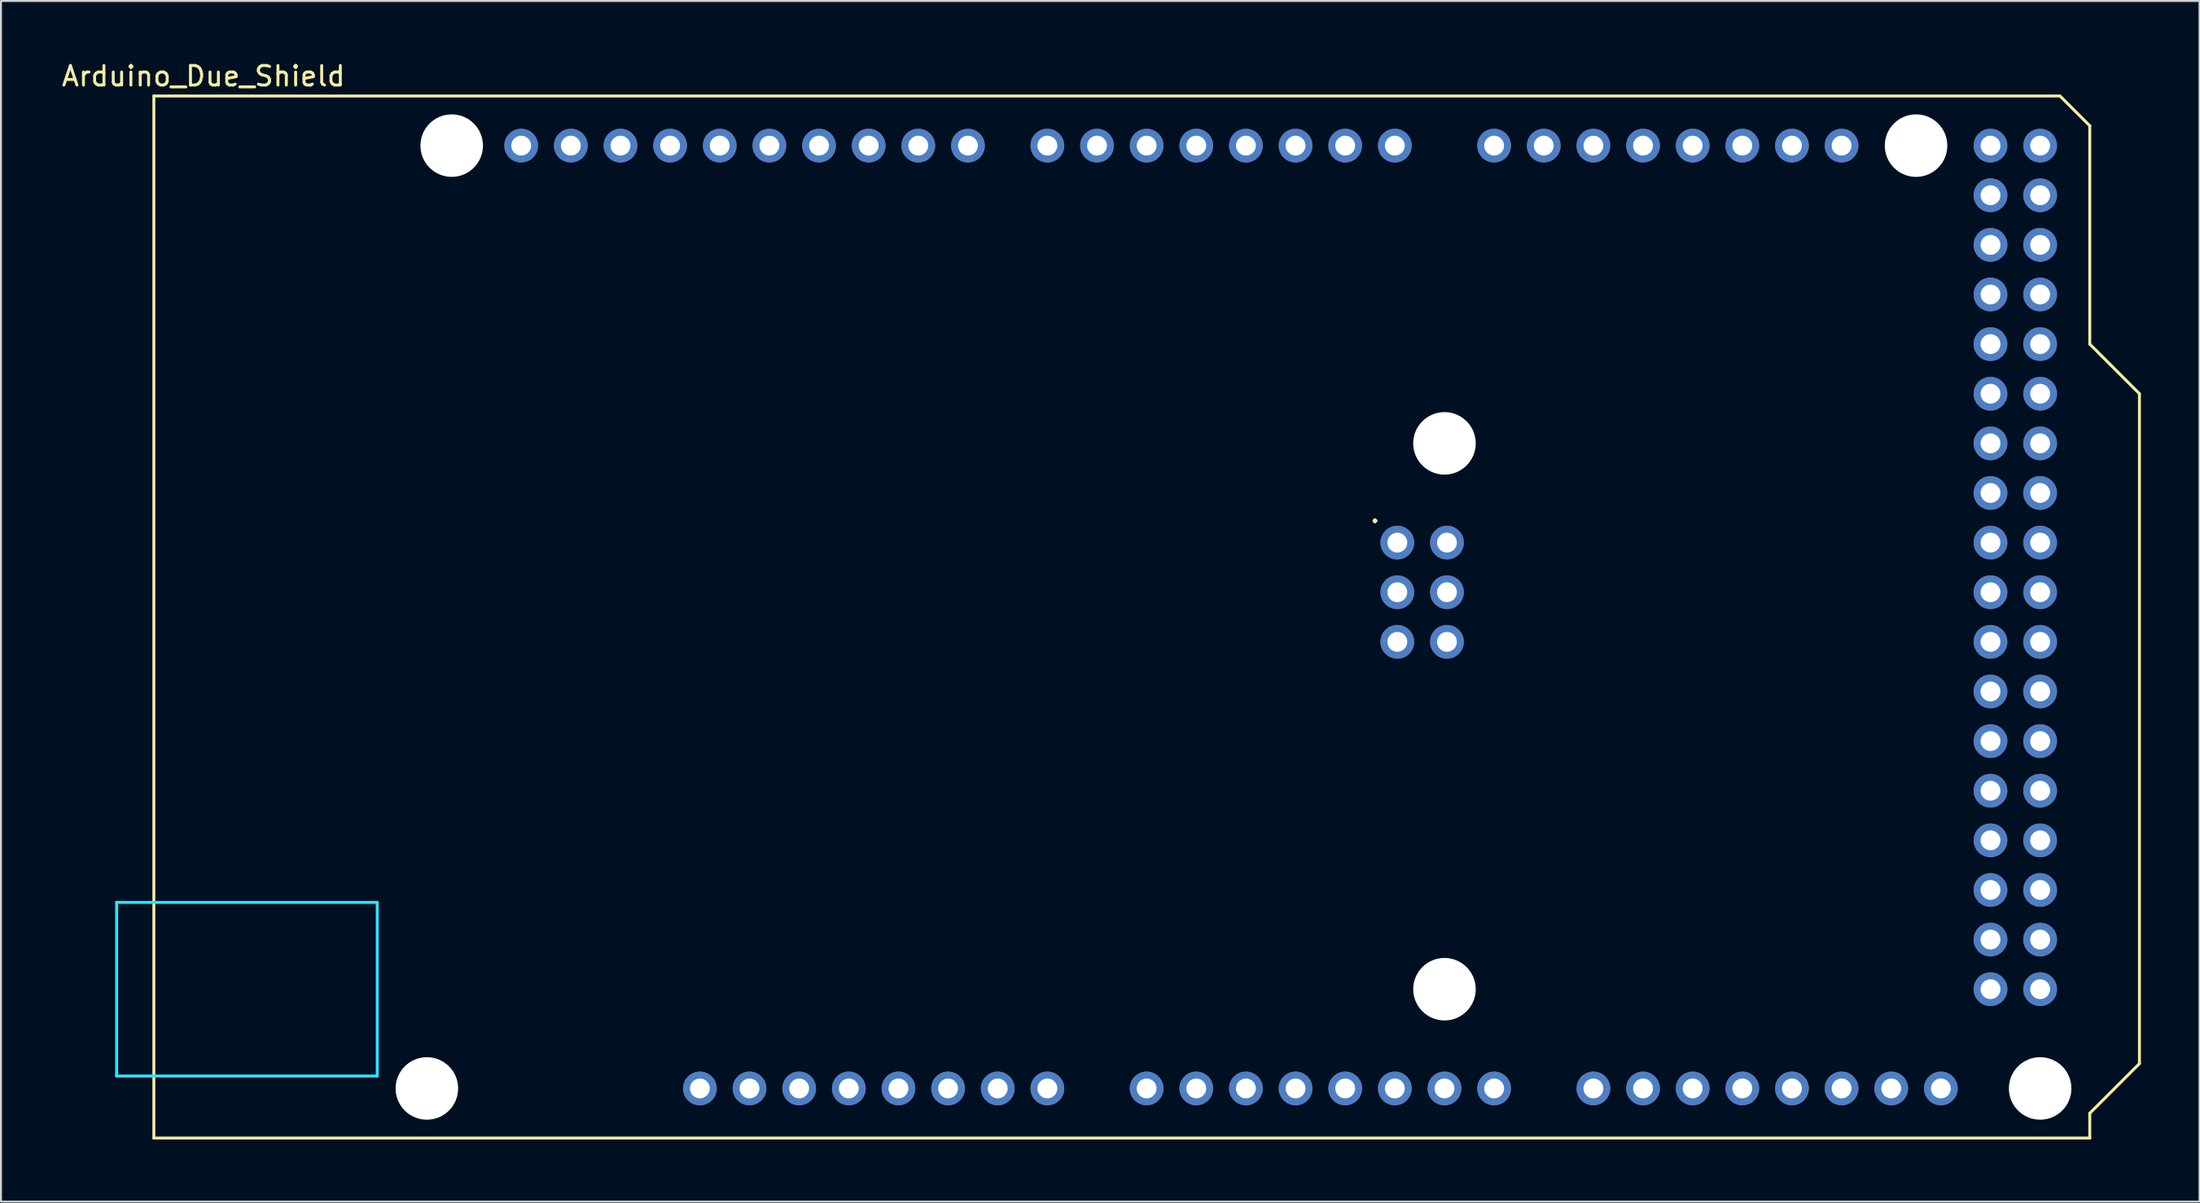
<source format=kicad_pcb>
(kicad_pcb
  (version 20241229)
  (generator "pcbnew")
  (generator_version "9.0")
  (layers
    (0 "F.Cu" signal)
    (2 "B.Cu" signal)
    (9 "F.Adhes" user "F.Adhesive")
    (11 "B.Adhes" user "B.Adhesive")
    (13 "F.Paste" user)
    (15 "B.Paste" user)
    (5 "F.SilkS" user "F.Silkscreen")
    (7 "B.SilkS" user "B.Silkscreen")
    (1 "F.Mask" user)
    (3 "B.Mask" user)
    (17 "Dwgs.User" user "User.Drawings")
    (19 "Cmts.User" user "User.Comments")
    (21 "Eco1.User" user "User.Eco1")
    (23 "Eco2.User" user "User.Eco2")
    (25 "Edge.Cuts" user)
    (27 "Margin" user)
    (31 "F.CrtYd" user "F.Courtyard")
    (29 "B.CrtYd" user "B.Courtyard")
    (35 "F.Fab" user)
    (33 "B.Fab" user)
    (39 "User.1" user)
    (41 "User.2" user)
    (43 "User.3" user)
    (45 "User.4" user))
  (footprint "Arduino_Due_Shield"
    (layer "F.Cu")
    (at 4.823 55.204)
    (property "Reference" "Arduino_Due_Shield" (at 2.54 -54.356 0) (layer "F.SilkS") (effects (font (size 1 1) (thickness 0.15))))
    (attr through_hole)
    (fp_line (start 0 -53.34) (end 0 0) (stroke (width 0.15) (type solid)) (layer "F.SilkS"))
    (fp_line (start 0 -53.34) (end 97.536 -53.34) (stroke (width 0.15) (type solid)) (layer "F.SilkS"))
    (fp_line (start 0 0) (end 99.06 0) (stroke (width 0.15) (type solid)) (layer "F.SilkS"))
    (fp_line (start 97.536 -53.34) (end 99.06 -51.816) (stroke (width 0.15) (type solid)) (layer "F.SilkS"))
    (fp_line (start 99.06 -40.64) (end 99.06 -51.816) (stroke (width 0.15) (type solid)) (layer "F.SilkS"))
    (fp_line (start 99.06 -1.27) (end 101.6 -3.81) (stroke (width 0.15) (type solid)) (layer "F.SilkS"))
    (fp_line (start 99.06 0) (end 99.06 -1.27) (stroke (width 0.15) (type solid)) (layer "F.SilkS"))
    (fp_line (start 101.6 -38.1) (end 99.06 -40.64) (stroke (width 0.15) (type solid)) (layer "F.SilkS"))
    (fp_line (start 101.6 -3.81) (end 101.6 -38.1) (stroke (width 0.15) (type solid)) (layer "F.SilkS"))
    (fp_line (start -1.905 -12.065) (end -1.905 -3.175) (stroke (width 0.15) (type solid)) (layer "B.CrtYd"))
    (fp_line (start -1.905 -12.065) (end 11.43 -12.065) (stroke (width 0.15) (type solid)) (layer "B.CrtYd"))
    (fp_line (start -1.905 -3.175) (end 11.43 -3.175) (stroke (width 0.15) (type solid)) (layer "B.CrtYd"))
    (fp_line (start 11.43 -12.065) (end 11.43 -3.175) (stroke (width 0.15) (type solid)) (layer "B.CrtYd"))
    (fp_text user "." (at 62.484 -32.004 0) (layer "F.SilkS") (effects (font (size 1 1) (thickness 0.15))))
    (pad "" np_thru_hole circle (at 13.97 -2.54) (size 3.2 3.2) (drill 3.2) (layers "*.Cu" "*.Mask"))
    (pad "" np_thru_hole circle (at 15.24 -50.8) (size 3.2 3.2) (drill 3.2) (layers "*.Cu" "*.Mask"))
    (pad "" thru_hole oval (at 27.94 -2.54) (size 1.727 1.727) (drill 1.016) (layers "*.Cu" "*.Mask"))
    (pad "" np_thru_hole circle (at 66.04 -35.56) (size 3.2 3.2) (drill 3.2) (layers "*.Cu" "*.Mask"))
    (pad "" np_thru_hole circle (at 66.04 -7.62) (size 3.2 3.2) (drill 3.2) (layers "*.Cu" "*.Mask"))
    (pad "" np_thru_hole circle (at 90.17 -50.8) (size 3.2 3.2) (drill 3.2) (layers "*.Cu" "*.Mask"))
    (pad "" np_thru_hole circle (at 96.52 -2.54) (size 3.2 3.2) (drill 3.2) (layers "*.Cu" "*.Mask"))
    (pad "3V3" thru_hole oval (at 35.56 -2.54) (size 1.727 1.727) (drill 1.016) (layers "*.Cu" "*.Mask"))
    (pad "5V1" thru_hole oval (at 38.1 -2.54) (size 1.727 1.727) (drill 1.016) (layers "*.Cu" "*.Mask"))
    (pad "5V2" thru_hole oval (at 66.167 -30.48) (size 1.727 1.727) (drill 1.016) (layers "*.Cu" "*.Mask"))
    (pad "5V3" thru_hole oval (at 93.98 -50.8) (size 1.727 1.727) (drill 1.016) (layers "*.Cu" "*.Mask"))
    (pad "5V4" thru_hole oval (at 96.52 -50.8) (size 1.727 1.727) (drill 1.016) (layers "*.Cu" "*.Mask"))
    (pad "A0" thru_hole oval (at 50.8 -2.54) (size 1.727 1.727) (drill 1.016) (layers "*.Cu" "*.Mask"))
    (pad "A1" thru_hole oval (at 53.34 -2.54) (size 1.727 1.727) (drill 1.016) (layers "*.Cu" "*.Mask"))
    (pad "A2" thru_hole oval (at 55.88 -2.54) (size 1.727 1.727) (drill 1.016) (layers "*.Cu" "*.Mask"))
    (pad "A3" thru_hole oval (at 58.42 -2.54) (size 1.727 1.727) (drill 1.016) (layers "*.Cu" "*.Mask"))
    (pad "A4" thru_hole oval (at 60.96 -2.54) (size 1.727 1.727) (drill 1.016) (layers "*.Cu" "*.Mask"))
    (pad "A5" thru_hole oval (at 63.5 -2.54) (size 1.727 1.727) (drill 1.016) (layers "*.Cu" "*.Mask"))
    (pad "A6" thru_hole oval (at 66.04 -2.54) (size 1.727 1.727) (drill 1.016) (layers "*.Cu" "*.Mask"))
    (pad "A7" thru_hole oval (at 68.58 -2.54) (size 1.727 1.727) (drill 1.016) (layers "*.Cu" "*.Mask"))
    (pad "A8" thru_hole oval (at 73.66 -2.54) (size 1.727 1.727) (drill 1.016) (layers "*.Cu" "*.Mask"))
    (pad "A9" thru_hole oval (at 76.2 -2.54) (size 1.727 1.727) (drill 1.016) (layers "*.Cu" "*.Mask"))
    (pad "A10" thru_hole oval (at 78.74 -2.54) (size 1.727 1.727) (drill 1.016) (layers "*.Cu" "*.Mask"))
    (pad "A11" thru_hole oval (at 81.28 -2.54) (size 1.727 1.727) (drill 1.016) (layers "*.Cu" "*.Mask"))
    (pad "AREF" thru_hole oval (at 23.876 -50.8) (size 1.727 1.727) (drill 1.016) (layers "*.Cu" "*.Mask"))
    (pad "CANR" thru_hole oval (at 88.9 -2.54) (size 1.727 1.727) (drill 1.016) (layers "*.Cu" "*.Mask"))
    (pad "CANT" thru_hole oval (at 91.44 -2.54) (size 1.727 1.727) (drill 1.016) (layers "*.Cu" "*.Mask"))
    (pad "D0" thru_hole oval (at 63.5 -50.8) (size 1.727 1.727) (drill 1.016) (layers "*.Cu" "*.Mask"))
    (pad "D1" thru_hole oval (at 60.96 -50.8) (size 1.727 1.727) (drill 1.016) (layers "*.Cu" "*.Mask"))
    (pad "D2" thru_hole oval (at 58.42 -50.8) (size 1.727 1.727) (drill 1.016) (layers "*.Cu" "*.Mask"))
    (pad "D3" thru_hole oval (at 55.88 -50.8) (size 1.727 1.727) (drill 1.016) (layers "*.Cu" "*.Mask"))
    (pad "D4" thru_hole oval (at 53.34 -50.8) (size 1.727 1.727) (drill 1.016) (layers "*.Cu" "*.Mask"))
    (pad "D5" thru_hole oval (at 50.8 -50.8) (size 1.727 1.727) (drill 1.016) (layers "*.Cu" "*.Mask"))
    (pad "D6" thru_hole oval (at 48.26 -50.8) (size 1.727 1.727) (drill 1.016) (layers "*.Cu" "*.Mask"))
    (pad "D7" thru_hole oval (at 45.72 -50.8) (size 1.727 1.727) (drill 1.016) (layers "*.Cu" "*.Mask"))
    (pad "D8" thru_hole oval (at 41.656 -50.8) (size 1.727 1.727) (drill 1.016) (layers "*.Cu" "*.Mask"))
    (pad "D9" thru_hole oval (at 39.116 -50.8) (size 1.727 1.727) (drill 1.016) (layers "*.Cu" "*.Mask"))
    (pad "D10" thru_hole oval (at 36.576 -50.8) (size 1.727 1.727) (drill 1.016) (layers "*.Cu" "*.Mask"))
    (pad "D11" thru_hole oval (at 34.036 -50.8) (size 1.727 1.727) (drill 1.016) (layers "*.Cu" "*.Mask"))
    (pad "D12" thru_hole oval (at 31.496 -50.8) (size 1.727 1.727) (drill 1.016) (layers "*.Cu" "*.Mask"))
    (pad "D13" thru_hole oval (at 28.956 -50.8) (size 1.727 1.727) (drill 1.016) (layers "*.Cu" "*.Mask"))
    (pad "D14" thru_hole oval (at 68.58 -50.8) (size 1.727 1.727) (drill 1.016) (layers "*.Cu" "*.Mask"))
    (pad "D15" thru_hole oval (at 71.12 -50.8) (size 1.727 1.727) (drill 1.016) (layers "*.Cu" "*.Mask"))
    (pad "D16" thru_hole oval (at 73.66 -50.8) (size 1.727 1.727) (drill 1.016) (layers "*.Cu" "*.Mask"))
    (pad "D17" thru_hole oval (at 76.2 -50.8) (size 1.727 1.727) (drill 1.016) (layers "*.Cu" "*.Mask"))
    (pad "D18" thru_hole oval (at 78.74 -50.8) (size 1.727 1.727) (drill 1.016) (layers "*.Cu" "*.Mask"))
    (pad "D19" thru_hole oval (at 81.28 -50.8) (size 1.727 1.727) (drill 1.016) (layers "*.Cu" "*.Mask"))
    (pad "D20" thru_hole oval (at 83.82 -50.8) (size 1.727 1.727) (drill 1.016) (layers "*.Cu" "*.Mask"))
    (pad "D21" thru_hole oval (at 86.36 -50.8) (size 1.727 1.727) (drill 1.016) (layers "*.Cu" "*.Mask"))
    (pad "D22" thru_hole oval (at 93.98 -48.26) (size 1.727 1.727) (drill 1.016) (layers "*.Cu" "*.Mask"))
    (pad "D23" thru_hole oval (at 96.52 -48.26) (size 1.727 1.727) (drill 1.016) (layers "*.Cu" "*.Mask"))
    (pad "D24" thru_hole oval (at 93.98 -45.72) (size 1.727 1.727) (drill 1.016) (layers "*.Cu" "*.Mask"))
    (pad "D25" thru_hole oval (at 96.52 -45.72) (size 1.727 1.727) (drill 1.016) (layers "*.Cu" "*.Mask"))
    (pad "D26" thru_hole oval (at 93.98 -43.18) (size 1.727 1.727) (drill 1.016) (layers "*.Cu" "*.Mask"))
    (pad "D27" thru_hole oval (at 96.52 -43.18) (size 1.727 1.727) (drill 1.016) (layers "*.Cu" "*.Mask"))
    (pad "D28" thru_hole oval (at 93.98 -40.64) (size 1.727 1.727) (drill 1.016) (layers "*.Cu" "*.Mask"))
    (pad "D29" thru_hole oval (at 96.52 -40.64) (size 1.727 1.727) (drill 1.016) (layers "*.Cu" "*.Mask"))
    (pad "D30" thru_hole oval (at 93.98 -38.1) (size 1.727 1.727) (drill 1.016) (layers "*.Cu" "*.Mask"))
    (pad "D31" thru_hole oval (at 96.52 -38.1) (size 1.727 1.727) (drill 1.016) (layers "*.Cu" "*.Mask"))
    (pad "D32" thru_hole oval (at 93.98 -35.56) (size 1.727 1.727) (drill 1.016) (layers "*.Cu" "*.Mask"))
    (pad "D33" thru_hole oval (at 96.52 -35.56) (size 1.727 1.727) (drill 1.016) (layers "*.Cu" "*.Mask"))
    (pad "D34" thru_hole oval (at 93.98 -33.02) (size 1.727 1.727) (drill 1.016) (layers "*.Cu" "*.Mask"))
    (pad "D35" thru_hole oval (at 96.52 -33.02) (size 1.727 1.727) (drill 1.016) (layers "*.Cu" "*.Mask"))
    (pad "D36" thru_hole oval (at 93.98 -30.48) (size 1.727 1.727) (drill 1.016) (layers "*.Cu" "*.Mask"))
    (pad "D37" thru_hole oval (at 96.52 -30.48) (size 1.727 1.727) (drill 1.016) (layers "*.Cu" "*.Mask"))
    (pad "D38" thru_hole oval (at 93.98 -27.94) (size 1.727 1.727) (drill 1.016) (layers "*.Cu" "*.Mask"))
    (pad "D39" thru_hole oval (at 96.52 -27.94) (size 1.727 1.727) (drill 1.016) (layers "*.Cu" "*.Mask"))
    (pad "D40" thru_hole oval (at 93.98 -25.4) (size 1.727 1.727) (drill 1.016) (layers "*.Cu" "*.Mask"))
    (pad "D41" thru_hole oval (at 96.52 -25.4) (size 1.727 1.727) (drill 1.016) (layers "*.Cu" "*.Mask"))
    (pad "D42" thru_hole oval (at 93.98 -22.86) (size 1.727 1.727) (drill 1.016) (layers "*.Cu" "*.Mask"))
    (pad "D43" thru_hole oval (at 96.52 -22.86) (size 1.727 1.727) (drill 1.016) (layers "*.Cu" "*.Mask"))
    (pad "D44" thru_hole oval (at 93.98 -20.32) (size 1.727 1.727) (drill 1.016) (layers "*.Cu" "*.Mask"))
    (pad "D45" thru_hole oval (at 96.52 -20.32) (size 1.727 1.727) (drill 1.016) (layers "*.Cu" "*.Mask"))
    (pad "D46" thru_hole oval (at 93.98 -17.78) (size 1.727 1.727) (drill 1.016) (layers "*.Cu" "*.Mask"))
    (pad "D47" thru_hole oval (at 96.52 -17.78) (size 1.727 1.727) (drill 1.016) (layers "*.Cu" "*.Mask"))
    (pad "D48" thru_hole oval (at 93.98 -15.24) (size 1.727 1.727) (drill 1.016) (layers "*.Cu" "*.Mask"))
    (pad "D49" thru_hole oval (at 96.52 -15.24) (size 1.727 1.727) (drill 1.016) (layers "*.Cu" "*.Mask"))
    (pad "D50" thru_hole oval (at 93.98 -12.7) (size 1.727 1.727) (drill 1.016) (layers "*.Cu" "*.Mask"))
    (pad "D51" thru_hole oval (at 96.52 -12.7) (size 1.727 1.727) (drill 1.016) (layers "*.Cu" "*.Mask"))
    (pad "D52" thru_hole oval (at 93.98 -10.16) (size 1.727 1.727) (drill 1.016) (layers "*.Cu" "*.Mask"))
    (pad "D53" thru_hole oval (at 96.52 -10.16) (size 1.727 1.727) (drill 1.016) (layers "*.Cu" "*.Mask"))
    (pad "DAC0" thru_hole oval (at 83.82 -2.54) (size 1.727 1.727) (drill 1.016) (layers "*.Cu" "*.Mask"))
    (pad "DAC1" thru_hole oval (at 86.36 -2.54) (size 1.727 1.727) (drill 1.016) (layers "*.Cu" "*.Mask"))
    (pad "GND1" thru_hole oval (at 26.416 -50.8) (size 1.727 1.727) (drill 1.016) (layers "*.Cu" "*.Mask"))
    (pad "GND2" thru_hole oval (at 40.64 -2.54) (size 1.727 1.727) (drill 1.016) (layers "*.Cu" "*.Mask"))
    (pad "GND3" thru_hole oval (at 43.18 -2.54) (size 1.727 1.727) (drill 1.016) (layers "*.Cu" "*.Mask"))
    (pad "GND4" thru_hole oval (at 66.167 -25.4) (size 1.727 1.727) (drill 1.016) (layers "*.Cu" "*.Mask"))
    (pad "GND5" thru_hole oval (at 93.98 -7.62) (size 1.727 1.727) (drill 1.016) (layers "*.Cu" "*.Mask"))
    (pad "GND6" thru_hole oval (at 96.52 -7.62) (size 1.727 1.727) (drill 1.016) (layers "*.Cu" "*.Mask"))
    (pad "IORF" thru_hole oval (at 30.48 -2.54) (size 1.727 1.727) (drill 1.016) (layers "*.Cu" "*.Mask"))
    (pad "MISO" thru_hole oval (at 63.627 -30.48) (size 1.727 1.727) (drill 1.016) (layers "*.Cu" "*.Mask"))
    (pad "MOSI" thru_hole oval (at 66.167 -27.94) (size 1.727 1.727) (drill 1.016) (layers "*.Cu" "*.Mask"))
    (pad "RST1" thru_hole oval (at 33.02 -2.54) (size 1.727 1.727) (drill 1.016) (layers "*.Cu" "*.Mask"))
    (pad "RST2" thru_hole oval (at 63.627 -25.4) (size 1.727 1.727) (drill 1.016) (layers "*.Cu" "*.Mask"))
    (pad "SCK" thru_hole oval (at 63.627 -27.94) (size 1.727 1.727) (drill 1.016) (layers "*.Cu" "*.Mask"))
    (pad "SCL1" thru_hole oval (at 18.796 -50.8) (size 1.727 1.727) (drill 1.016) (layers "*.Cu" "*.Mask"))
    (pad "SDA1" thru_hole oval (at 21.336 -50.8) (size 1.727 1.727) (drill 1.016) (layers "*.Cu" "*.Mask"))
    (pad "VIN" thru_hole oval (at 45.72 -2.54) (size 1.727 1.727) (drill 1.016) (layers "*.Cu" "*.Mask")))
  (gr_rect
    (start -3 -3)
    (end 109.498 58.454)
    (stroke (width 0.1) (type default))
    (fill no)
    (layer "Edge.Cuts")))
</source>
